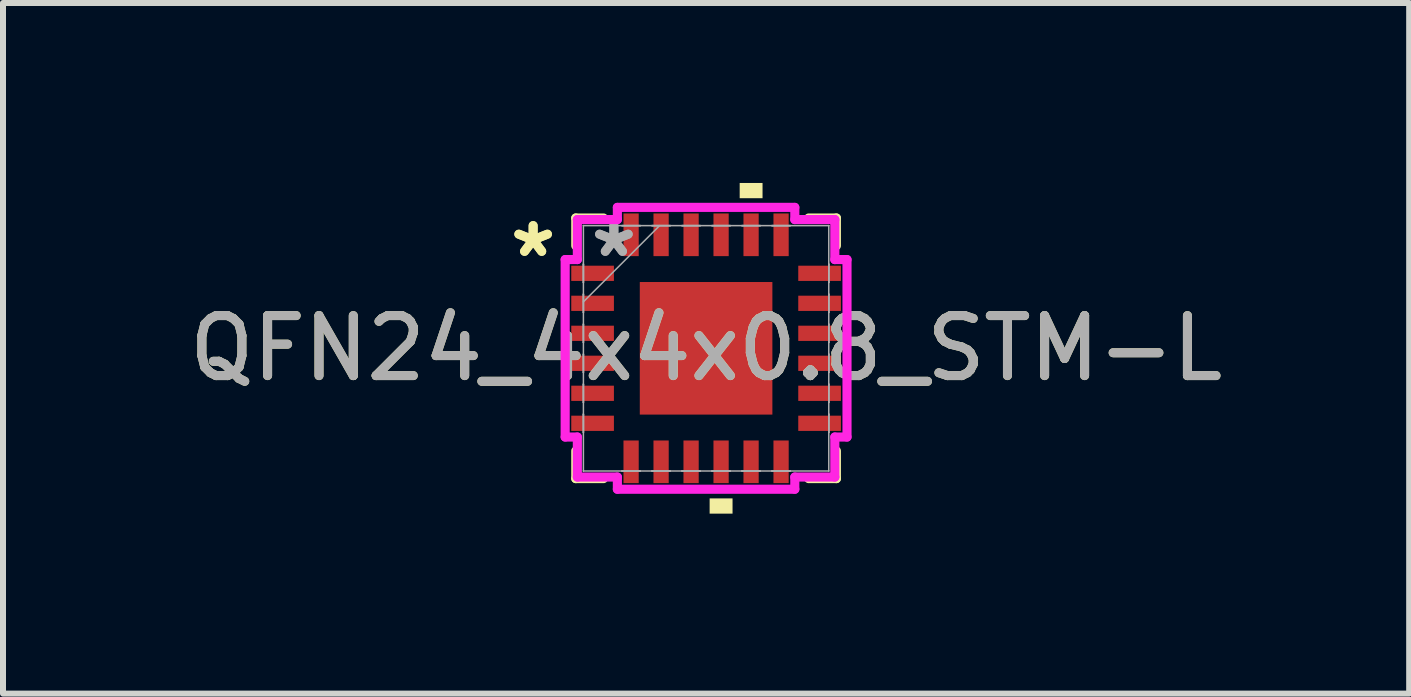
<source format=kicad_pcb>
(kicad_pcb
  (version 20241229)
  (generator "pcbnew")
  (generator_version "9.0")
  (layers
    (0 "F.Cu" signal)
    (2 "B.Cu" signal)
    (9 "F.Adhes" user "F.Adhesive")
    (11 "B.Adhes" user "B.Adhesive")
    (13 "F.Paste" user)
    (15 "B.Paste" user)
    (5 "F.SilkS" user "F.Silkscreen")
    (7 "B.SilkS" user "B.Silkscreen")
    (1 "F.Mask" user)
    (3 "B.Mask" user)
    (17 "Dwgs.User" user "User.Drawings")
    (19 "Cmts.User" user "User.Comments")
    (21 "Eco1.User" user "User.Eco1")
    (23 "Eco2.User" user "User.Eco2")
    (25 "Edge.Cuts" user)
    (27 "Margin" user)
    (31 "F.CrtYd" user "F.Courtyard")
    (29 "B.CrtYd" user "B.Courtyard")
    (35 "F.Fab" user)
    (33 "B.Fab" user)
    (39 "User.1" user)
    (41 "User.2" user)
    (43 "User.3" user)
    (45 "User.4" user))
  (footprint "QFN24_4x4x0.8_STM-L"
    (layer "F.Cu")
    (at 8.72 2.756)
    (property "Reference" "QFN24_4x4x0.8_STM-L" (at 0 0 0) (unlocked yes) (layer "F.SilkS") (effects (font (size 1 1) (thickness 0.15))))
    (attr smd)
    (fp_line (start -2.172 -2.172) (end -2.172 -1.71) (stroke (width 0.152) (type solid)) (layer "F.SilkS"))
    (fp_line (start -2.172 1.71) (end -2.172 2.172) (stroke (width 0.152) (type solid)) (layer "F.SilkS"))
    (fp_line (start -2.172 2.172) (end -1.71 2.172) (stroke (width 0.152) (type solid)) (layer "F.SilkS"))
    (fp_line (start -1.71 -2.172) (end -2.172 -2.172) (stroke (width 0.152) (type solid)) (layer "F.SilkS"))
    (fp_line (start 1.71 2.172) (end 2.172 2.172) (stroke (width 0.152) (type solid)) (layer "F.SilkS"))
    (fp_line (start 2.172 -2.172) (end 1.71 -2.172) (stroke (width 0.152) (type solid)) (layer "F.SilkS"))
    (fp_line (start 2.172 -1.71) (end 2.172 -2.172) (stroke (width 0.152) (type solid)) (layer "F.SilkS"))
    (fp_line (start 2.172 2.172) (end 2.172 1.71) (stroke (width 0.152) (type solid)) (layer "F.SilkS"))
    (fp_poly (pts (xy 0.059 2.502) (xy 0.059 2.756) (xy 0.441 2.756) (xy 0.441 2.502)) (stroke (width 0) (type solid)) (fill yes) (layer "F.SilkS"))
    (fp_poly (pts (xy 0.56 -2.502) (xy 0.56 -2.756) (xy 0.941 -2.756) (xy 0.941 -2.502)) (stroke (width 0) (type solid)) (fill yes) (layer "F.SilkS"))
    (fp_line (start -2.349 -1.479) (end -2.146 -1.479) (stroke (width 0.152) (type solid)) (layer "F.CrtYd"))
    (fp_line (start -2.349 1.479) (end -2.349 -1.479) (stroke (width 0.152) (type solid)) (layer "F.CrtYd"))
    (fp_line (start -2.146 -2.146) (end -1.479 -2.146) (stroke (width 0.152) (type solid)) (layer "F.CrtYd"))
    (fp_line (start -2.146 -1.479) (end -2.146 -2.146) (stroke (width 0.152) (type solid)) (layer "F.CrtYd"))
    (fp_line (start -2.146 1.479) (end -2.349 1.479) (stroke (width 0.152) (type solid)) (layer "F.CrtYd"))
    (fp_line (start -2.146 2.146) (end -2.146 1.479) (stroke (width 0.152) (type solid)) (layer "F.CrtYd"))
    (fp_line (start -1.479 -2.349) (end 1.479 -2.349) (stroke (width 0.152) (type solid)) (layer "F.CrtYd"))
    (fp_line (start -1.479 -2.146) (end -1.479 -2.349) (stroke (width 0.152) (type solid)) (layer "F.CrtYd"))
    (fp_line (start -1.479 2.146) (end -2.146 2.146) (stroke (width 0.152) (type solid)) (layer "F.CrtYd"))
    (fp_line (start -1.479 2.349) (end -1.479 2.146) (stroke (width 0.152) (type solid)) (layer "F.CrtYd"))
    (fp_line (start 1.479 -2.349) (end 1.479 -2.146) (stroke (width 0.152) (type solid)) (layer "F.CrtYd"))
    (fp_line (start 1.479 -2.146) (end 2.146 -2.146) (stroke (width 0.152) (type solid)) (layer "F.CrtYd"))
    (fp_line (start 1.479 2.146) (end 1.479 2.349) (stroke (width 0.152) (type solid)) (layer "F.CrtYd"))
    (fp_line (start 1.479 2.349) (end -1.479 2.349) (stroke (width 0.152) (type solid)) (layer "F.CrtYd"))
    (fp_line (start 2.146 -2.146) (end 2.146 -1.479) (stroke (width 0.152) (type solid)) (layer "F.CrtYd"))
    (fp_line (start 2.146 -1.479) (end 2.349 -1.479) (stroke (width 0.152) (type solid)) (layer "F.CrtYd"))
    (fp_line (start 2.146 1.479) (end 2.146 2.146) (stroke (width 0.152) (type solid)) (layer "F.CrtYd"))
    (fp_line (start 2.146 2.146) (end 1.479 2.146) (stroke (width 0.152) (type solid)) (layer "F.CrtYd"))
    (fp_line (start 2.349 -1.479) (end 2.349 1.479) (stroke (width 0.152) (type solid)) (layer "F.CrtYd"))
    (fp_line (start 2.349 1.479) (end 2.146 1.479) (stroke (width 0.152) (type solid)) (layer "F.CrtYd"))
    (fp_line (start -2.045 -2.045) (end -2.045 -2.045) (stroke (width 0.025) (type solid)) (layer "F.Fab"))
    (fp_line (start -2.045 -2.045) (end -2.045 2.045) (stroke (width 0.025) (type solid)) (layer "F.Fab"))
    (fp_line (start -2.045 -1.402) (end -2.045 -1.402) (stroke (width 0.025) (type solid)) (layer "F.Fab"))
    (fp_line (start -2.045 -1.402) (end -2.045 -1.098) (stroke (width 0.025) (type solid)) (layer "F.Fab"))
    (fp_line (start -2.045 -1.098) (end -2.045 -1.402) (stroke (width 0.025) (type solid)) (layer "F.Fab"))
    (fp_line (start -2.045 -1.098) (end -2.045 -1.098) (stroke (width 0.025) (type solid)) (layer "F.Fab"))
    (fp_line (start -2.045 -0.902) (end -2.045 -0.902) (stroke (width 0.025) (type solid)) (layer "F.Fab"))
    (fp_line (start -2.045 -0.902) (end -2.045 -0.598) (stroke (width 0.025) (type solid)) (layer "F.Fab"))
    (fp_line (start -2.045 -0.775) (end -0.775 -2.045) (stroke (width 0.025) (type solid)) (layer "F.Fab"))
    (fp_line (start -2.045 -0.598) (end -2.045 -0.902) (stroke (width 0.025) (type solid)) (layer "F.Fab"))
    (fp_line (start -2.045 -0.598) (end -2.045 -0.598) (stroke (width 0.025) (type solid)) (layer "F.Fab"))
    (fp_line (start -2.045 -0.402) (end -2.045 -0.402) (stroke (width 0.025) (type solid)) (layer "F.Fab"))
    (fp_line (start -2.045 -0.402) (end -2.045 -0.098) (stroke (width 0.025) (type solid)) (layer "F.Fab"))
    (fp_line (start -2.045 -0.098) (end -2.045 -0.402) (stroke (width 0.025) (type solid)) (layer "F.Fab"))
    (fp_line (start -2.045 -0.098) (end -2.045 -0.098) (stroke (width 0.025) (type solid)) (layer "F.Fab"))
    (fp_line (start -2.045 0.098) (end -2.045 0.098) (stroke (width 0.025) (type solid)) (layer "F.Fab"))
    (fp_line (start -2.045 0.098) (end -2.045 0.402) (stroke (width 0.025) (type solid)) (layer "F.Fab"))
    (fp_line (start -2.045 0.402) (end -2.045 0.098) (stroke (width 0.025) (type solid)) (layer "F.Fab"))
    (fp_line (start -2.045 0.402) (end -2.045 0.402) (stroke (width 0.025) (type solid)) (layer "F.Fab"))
    (fp_line (start -2.045 0.598) (end -2.045 0.598) (stroke (width 0.025) (type solid)) (layer "F.Fab"))
    (fp_line (start -2.045 0.598) (end -2.045 0.902) (stroke (width 0.025) (type solid)) (layer "F.Fab"))
    (fp_line (start -2.045 0.902) (end -2.045 0.598) (stroke (width 0.025) (type solid)) (layer "F.Fab"))
    (fp_line (start -2.045 0.902) (end -2.045 0.902) (stroke (width 0.025) (type solid)) (layer "F.Fab"))
    (fp_line (start -2.045 1.098) (end -2.045 1.098) (stroke (width 0.025) (type solid)) (layer "F.Fab"))
    (fp_line (start -2.045 1.098) (end -2.045 1.402) (stroke (width 0.025) (type solid)) (layer "F.Fab"))
    (fp_line (start -2.045 1.402) (end -2.045 1.098) (stroke (width 0.025) (type solid)) (layer "F.Fab"))
    (fp_line (start -2.045 1.402) (end -2.045 1.402) (stroke (width 0.025) (type solid)) (layer "F.Fab"))
    (fp_line (start -2.045 2.045) (end -2.045 2.045) (stroke (width 0.025) (type solid)) (layer "F.Fab"))
    (fp_line (start -2.045 2.045) (end 2.045 2.045) (stroke (width 0.025) (type solid)) (layer "F.Fab"))
    (fp_line (start -1.402 -2.045) (end -1.402 -2.045) (stroke (width 0.025) (type solid)) (layer "F.Fab"))
    (fp_line (start -1.402 -2.045) (end -1.098 -2.045) (stroke (width 0.025) (type solid)) (layer "F.Fab"))
    (fp_line (start -1.402 2.045) (end -1.402 2.045) (stroke (width 0.025) (type solid)) (layer "F.Fab"))
    (fp_line (start -1.402 2.045) (end -1.098 2.045) (stroke (width 0.025) (type solid)) (layer "F.Fab"))
    (fp_line (start -1.098 -2.045) (end -1.402 -2.045) (stroke (width 0.025) (type solid)) (layer "F.Fab"))
    (fp_line (start -1.098 -2.045) (end -1.098 -2.045) (stroke (width 0.025) (type solid)) (layer "F.Fab"))
    (fp_line (start -1.098 2.045) (end -1.402 2.045) (stroke (width 0.025) (type solid)) (layer "F.Fab"))
    (fp_line (start -1.098 2.045) (end -1.098 2.045) (stroke (width 0.025) (type solid)) (layer "F.Fab"))
    (fp_line (start -0.902 -2.045) (end -0.902 -2.045) (stroke (width 0.025) (type solid)) (layer "F.Fab"))
    (fp_line (start -0.902 -2.045) (end -0.598 -2.045) (stroke (width 0.025) (type solid)) (layer "F.Fab"))
    (fp_line (start -0.902 2.045) (end -0.902 2.045) (stroke (width 0.025) (type solid)) (layer "F.Fab"))
    (fp_line (start -0.902 2.045) (end -0.598 2.045) (stroke (width 0.025) (type solid)) (layer "F.Fab"))
    (fp_line (start -0.598 -2.045) (end -0.902 -2.045) (stroke (width 0.025) (type solid)) (layer "F.Fab"))
    (fp_line (start -0.598 -2.045) (end -0.598 -2.045) (stroke (width 0.025) (type solid)) (layer "F.Fab"))
    (fp_line (start -0.598 2.045) (end -0.902 2.045) (stroke (width 0.025) (type solid)) (layer "F.Fab"))
    (fp_line (start -0.598 2.045) (end -0.598 2.045) (stroke (width 0.025) (type solid)) (layer "F.Fab"))
    (fp_line (start -0.402 -2.045) (end -0.402 -2.045) (stroke (width 0.025) (type solid)) (layer "F.Fab"))
    (fp_line (start -0.402 -2.045) (end -0.098 -2.045) (stroke (width 0.025) (type solid)) (layer "F.Fab"))
    (fp_line (start -0.402 2.045) (end -0.402 2.045) (stroke (width 0.025) (type solid)) (layer "F.Fab"))
    (fp_line (start -0.402 2.045) (end -0.098 2.045) (stroke (width 0.025) (type solid)) (layer "F.Fab"))
    (fp_line (start -0.098 -2.045) (end -0.402 -2.045) (stroke (width 0.025) (type solid)) (layer "F.Fab"))
    (fp_line (start -0.098 -2.045) (end -0.098 -2.045) (stroke (width 0.025) (type solid)) (layer "F.Fab"))
    (fp_line (start -0.098 2.045) (end -0.402 2.045) (stroke (width 0.025) (type solid)) (layer "F.Fab"))
    (fp_line (start -0.098 2.045) (end -0.098 2.045) (stroke (width 0.025) (type solid)) (layer "F.Fab"))
    (fp_line (start 0.098 -2.045) (end 0.098 -2.045) (stroke (width 0.025) (type solid)) (layer "F.Fab"))
    (fp_line (start 0.098 -2.045) (end 0.402 -2.045) (stroke (width 0.025) (type solid)) (layer "F.Fab"))
    (fp_line (start 0.098 2.045) (end 0.098 2.045) (stroke (width 0.025) (type solid)) (layer "F.Fab"))
    (fp_line (start 0.098 2.045) (end 0.402 2.045) (stroke (width 0.025) (type solid)) (layer "F.Fab"))
    (fp_line (start 0.402 -2.045) (end 0.098 -2.045) (stroke (width 0.025) (type solid)) (layer "F.Fab"))
    (fp_line (start 0.402 -2.045) (end 0.402 -2.045) (stroke (width 0.025) (type solid)) (layer "F.Fab"))
    (fp_line (start 0.402 2.045) (end 0.098 2.045) (stroke (width 0.025) (type solid)) (layer "F.Fab"))
    (fp_line (start 0.402 2.045) (end 0.402 2.045) (stroke (width 0.025) (type solid)) (layer "F.Fab"))
    (fp_line (start 0.598 -2.045) (end 0.598 -2.045) (stroke (width 0.025) (type solid)) (layer "F.Fab"))
    (fp_line (start 0.598 -2.045) (end 0.902 -2.045) (stroke (width 0.025) (type solid)) (layer "F.Fab"))
    (fp_line (start 0.598 2.045) (end 0.598 2.045) (stroke (width 0.025) (type solid)) (layer "F.Fab"))
    (fp_line (start 0.598 2.045) (end 0.902 2.045) (stroke (width 0.025) (type solid)) (layer "F.Fab"))
    (fp_line (start 0.902 -2.045) (end 0.598 -2.045) (stroke (width 0.025) (type solid)) (layer "F.Fab"))
    (fp_line (start 0.902 -2.045) (end 0.902 -2.045) (stroke (width 0.025) (type solid)) (layer "F.Fab"))
    (fp_line (start 0.902 2.045) (end 0.598 2.045) (stroke (width 0.025) (type solid)) (layer "F.Fab"))
    (fp_line (start 0.902 2.045) (end 0.902 2.045) (stroke (width 0.025) (type solid)) (layer "F.Fab"))
    (fp_line (start 1.098 -2.045) (end 1.098 -2.045) (stroke (width 0.025) (type solid)) (layer "F.Fab"))
    (fp_line (start 1.098 -2.045) (end 1.402 -2.045) (stroke (width 0.025) (type solid)) (layer "F.Fab"))
    (fp_line (start 1.098 2.045) (end 1.098 2.045) (stroke (width 0.025) (type solid)) (layer "F.Fab"))
    (fp_line (start 1.098 2.045) (end 1.402 2.045) (stroke (width 0.025) (type solid)) (layer "F.Fab"))
    (fp_line (start 1.402 -2.045) (end 1.098 -2.045) (stroke (width 0.025) (type solid)) (layer "F.Fab"))
    (fp_line (start 1.402 -2.045) (end 1.402 -2.045) (stroke (width 0.025) (type solid)) (layer "F.Fab"))
    (fp_line (start 1.402 2.045) (end 1.098 2.045) (stroke (width 0.025) (type solid)) (layer "F.Fab"))
    (fp_line (start 1.402 2.045) (end 1.402 2.045) (stroke (width 0.025) (type solid)) (layer "F.Fab"))
    (fp_line (start 2.045 -2.045) (end -2.045 -2.045) (stroke (width 0.025) (type solid)) (layer "F.Fab"))
    (fp_line (start 2.045 -2.045) (end 2.045 -2.045) (stroke (width 0.025) (type solid)) (layer "F.Fab"))
    (fp_line (start 2.045 -1.402) (end 2.045 -1.402) (stroke (width 0.025) (type solid)) (layer "F.Fab"))
    (fp_line (start 2.045 -1.402) (end 2.045 -1.098) (stroke (width 0.025) (type solid)) (layer "F.Fab"))
    (fp_line (start 2.045 -1.098) (end 2.045 -1.402) (stroke (width 0.025) (type solid)) (layer "F.Fab"))
    (fp_line (start 2.045 -1.098) (end 2.045 -1.098) (stroke (width 0.025) (type solid)) (layer "F.Fab"))
    (fp_line (start 2.045 -0.902) (end 2.045 -0.902) (stroke (width 0.025) (type solid)) (layer "F.Fab"))
    (fp_line (start 2.045 -0.902) (end 2.045 -0.598) (stroke (width 0.025) (type solid)) (layer "F.Fab"))
    (fp_line (start 2.045 -0.598) (end 2.045 -0.902) (stroke (width 0.025) (type solid)) (layer "F.Fab"))
    (fp_line (start 2.045 -0.598) (end 2.045 -0.598) (stroke (width 0.025) (type solid)) (layer "F.Fab"))
    (fp_line (start 2.045 -0.402) (end 2.045 -0.402) (stroke (width 0.025) (type solid)) (layer "F.Fab"))
    (fp_line (start 2.045 -0.402) (end 2.045 -0.098) (stroke (width 0.025) (type solid)) (layer "F.Fab"))
    (fp_line (start 2.045 -0.098) (end 2.045 -0.402) (stroke (width 0.025) (type solid)) (layer "F.Fab"))
    (fp_line (start 2.045 -0.098) (end 2.045 -0.098) (stroke (width 0.025) (type solid)) (layer "F.Fab"))
    (fp_line (start 2.045 0.098) (end 2.045 0.098) (stroke (width 0.025) (type solid)) (layer "F.Fab"))
    (fp_line (start 2.045 0.098) (end 2.045 0.402) (stroke (width 0.025) (type solid)) (layer "F.Fab"))
    (fp_line (start 2.045 0.402) (end 2.045 0.098) (stroke (width 0.025) (type solid)) (layer "F.Fab"))
    (fp_line (start 2.045 0.402) (end 2.045 0.402) (stroke (width 0.025) (type solid)) (layer "F.Fab"))
    (fp_line (start 2.045 0.598) (end 2.045 0.598) (stroke (width 0.025) (type solid)) (layer "F.Fab"))
    (fp_line (start 2.045 0.598) (end 2.045 0.902) (stroke (width 0.025) (type solid)) (layer "F.Fab"))
    (fp_line (start 2.045 0.902) (end 2.045 0.598) (stroke (width 0.025) (type solid)) (layer "F.Fab"))
    (fp_line (start 2.045 0.902) (end 2.045 0.902) (stroke (width 0.025) (type solid)) (layer "F.Fab"))
    (fp_line (start 2.045 1.098) (end 2.045 1.098) (stroke (width 0.025) (type solid)) (layer "F.Fab"))
    (fp_line (start 2.045 1.098) (end 2.045 1.402) (stroke (width 0.025) (type solid)) (layer "F.Fab"))
    (fp_line (start 2.045 1.402) (end 2.045 1.098) (stroke (width 0.025) (type solid)) (layer "F.Fab"))
    (fp_line (start 2.045 1.402) (end 2.045 1.402) (stroke (width 0.025) (type solid)) (layer "F.Fab"))
    (fp_line (start 2.045 2.045) (end 2.045 -2.045) (stroke (width 0.025) (type solid)) (layer "F.Fab"))
    (fp_line (start 2.045 2.045) (end 2.045 2.045) (stroke (width 0.025) (type solid)) (layer "F.Fab"))
    (fp_text user "*" (at -2.883 -1.5 0) (unlocked yes) (layer "F.SilkS") (effects (font (size 1 1) (thickness 0.15))))
    (fp_text user "*" (at -2.883 -1.5 0) (layer "F.SilkS") (effects (font (size 1 1) (thickness 0.15))))
    (fp_text user "${REFERENCE}" (at 0 0 0) (unlocked yes) (layer "F.Fab") (effects (font (size 1 1) (thickness 0.15))))
    (fp_text user "*" (at -1.537 -1.5 0) (layer "F.Fab") (effects (font (size 1 1) (thickness 0.15))))
    (fp_text user "*" (at -1.537 -1.5 0) (unlocked yes) (layer "F.Fab") (effects (font (size 1 1) (thickness 0.15))))
    (pad "1" smd rect (at -1.892 -1.25 90) (size 0.254 0.711) (layers "F.Cu" "F.Mask" "F.Paste"))
    (pad "2" smd rect (at -1.892 -0.75 90) (size 0.254 0.711) (layers "F.Cu" "F.Mask" "F.Paste"))
    (pad "3" smd rect (at -1.892 -0.25 90) (size 0.254 0.711) (layers "F.Cu" "F.Mask" "F.Paste"))
    (pad "4" smd rect (at -1.892 0.25 90) (size 0.254 0.711) (layers "F.Cu" "F.Mask" "F.Paste"))
    (pad "5" smd rect (at -1.892 0.75 90) (size 0.254 0.711) (layers "F.Cu" "F.Mask" "F.Paste"))
    (pad "6" smd rect (at -1.892 1.25 90) (size 0.254 0.711) (layers "F.Cu" "F.Mask" "F.Paste"))
    (pad "7" smd rect (at -1.25 1.892) (size 0.254 0.711) (layers "F.Cu" "F.Mask" "F.Paste"))
    (pad "8" smd rect (at -0.75 1.892) (size 0.254 0.711) (layers "F.Cu" "F.Mask" "F.Paste"))
    (pad "9" smd rect (at -0.25 1.892) (size 0.254 0.711) (layers "F.Cu" "F.Mask" "F.Paste"))
    (pad "10" smd rect (at 0.25 1.892) (size 0.254 0.711) (layers "F.Cu" "F.Mask" "F.Paste"))
    (pad "11" smd rect (at 0.75 1.892) (size 0.254 0.711) (layers "F.Cu" "F.Mask" "F.Paste"))
    (pad "12" smd rect (at 1.25 1.892) (size 0.254 0.711) (layers "F.Cu" "F.Mask" "F.Paste"))
    (pad "13" smd rect (at 1.892 1.25 90) (size 0.254 0.711) (layers "F.Cu" "F.Mask" "F.Paste"))
    (pad "14" smd rect (at 1.892 0.75 90) (size 0.254 0.711) (layers "F.Cu" "F.Mask" "F.Paste"))
    (pad "15" smd rect (at 1.892 0.25 90) (size 0.254 0.711) (layers "F.Cu" "F.Mask" "F.Paste"))
    (pad "16" smd rect (at 1.892 -0.25 90) (size 0.254 0.711) (layers "F.Cu" "F.Mask" "F.Paste"))
    (pad "17" smd rect (at 1.892 -0.75 90) (size 0.254 0.711) (layers "F.Cu" "F.Mask" "F.Paste"))
    (pad "18" smd rect (at 1.892 -1.25 90) (size 0.254 0.711) (layers "F.Cu" "F.Mask" "F.Paste"))
    (pad "19" smd rect (at 1.25 -1.892) (size 0.254 0.711) (layers "F.Cu" "F.Mask" "F.Paste"))
    (pad "20" smd rect (at 0.75 -1.892) (size 0.254 0.711) (layers "F.Cu" "F.Mask" "F.Paste"))
    (pad "21" smd rect (at 0.25 -1.892) (size 0.254 0.711) (layers "F.Cu" "F.Mask" "F.Paste"))
    (pad "22" smd rect (at -0.25 -1.892) (size 0.254 0.711) (layers "F.Cu" "F.Mask" "F.Paste"))
    (pad "23" smd rect (at -0.75 -1.892) (size 0.254 0.711) (layers "F.Cu" "F.Mask" "F.Paste"))
    (pad "24" smd rect (at -1.25 -1.892) (size 0.254 0.711) (layers "F.Cu" "F.Mask" "F.Paste"))
    (pad "25" smd rect (at 0 0) (size 2.21 2.21) (layers "F.Cu" "F.Mask" "F.Paste")))
  (gr_rect
    (start -3 -3)
    (end 20.44 8.512)
    (stroke (width 0.1) (type default))
    (fill no)
    (layer "Edge.Cuts")))
</source>
